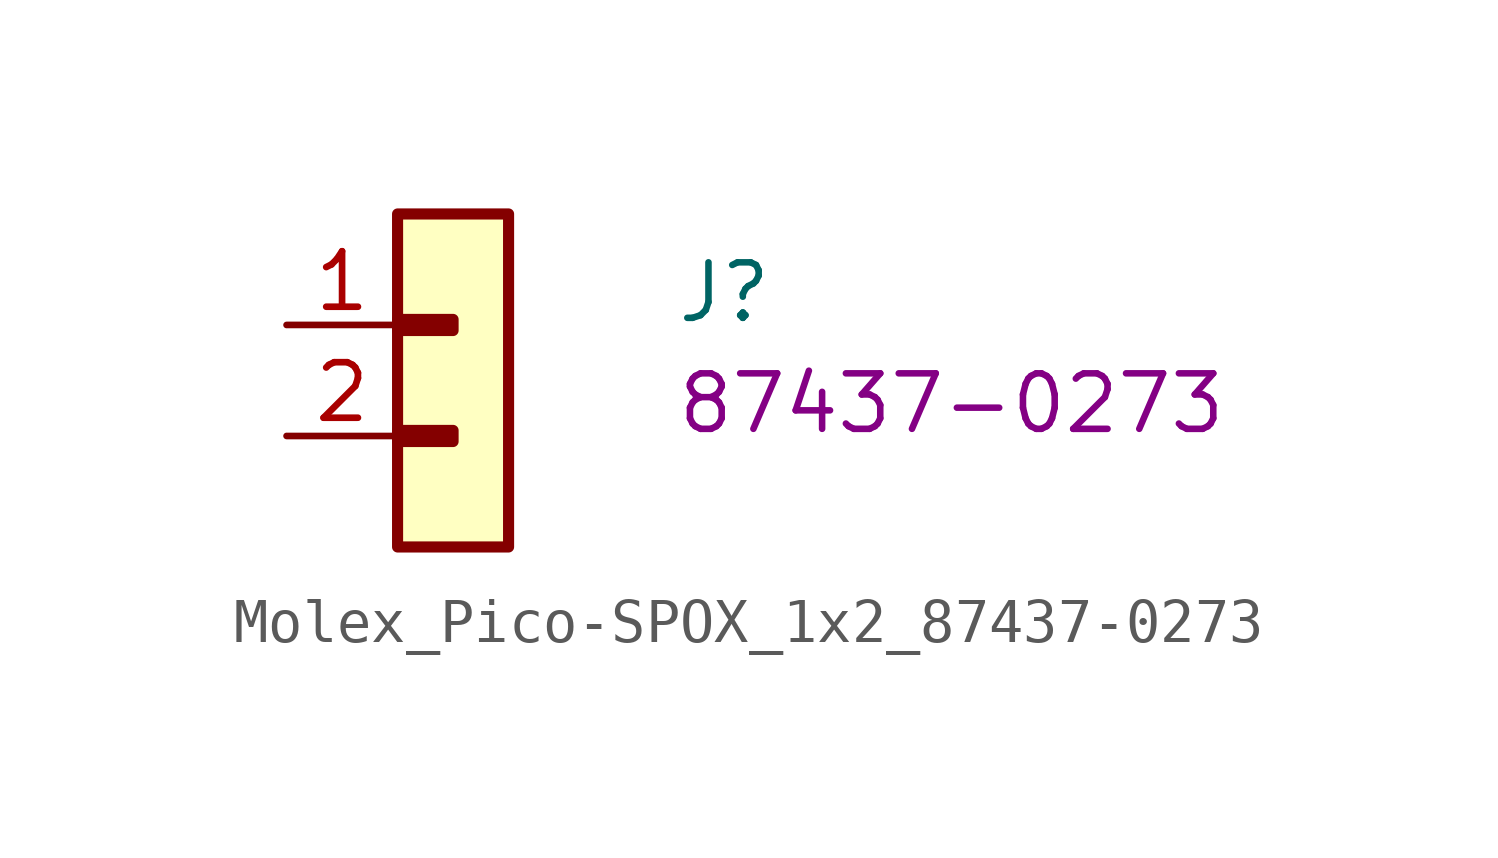
<source format=kicad_sym>
(kicad_symbol_lib
  (version 20220914)
  (generator kicad_symbol_editor)
  (symbol "Molex_Pico-SPOX_1x2_87437-0273"
    (pin_names hide)
    (property "Reference" "J"
      (at 8.89 0 0)
      (effects (font (size 1.27 1.27) (thickness 0.15)) (justify left bottom)))
    (property "MPN" "87437-0273"
      (at 8.89 -2.54 0)
      (effects (font (size 1.27 1.27) (thickness 0.15)) (justify left bottom)))
    (symbol "Molex_Pico-SPOX_1x2_87437-0273_1_1"
      (rectangle (start 2.54 -2.413) (end 3.81 -2.667) (stroke (width 0.254) (type default)) (fill (type background)))
      (rectangle (start 2.54 0.127) (end 3.81 -0.127) (stroke (width 0.254) (type default)) (fill (type background)))
      (rectangle (start 2.54 2.54) (end 5.08 -5.08) (stroke (width 0.254) (type default)) (fill (type background)))
      (pin passive line (at 0 0 0) (length 2.54) (name "1" (effects (font (size 1.27 1.27)))) (number "1" (effects (font (size 1.27 1.27)))))
      (pin passive line (at 0 -2.54 0) (length 2.54) (name "2" (effects (font (size 1.27 1.27)))) (number "2" (effects (font (size 1.27 1.27))))))))
</source>
